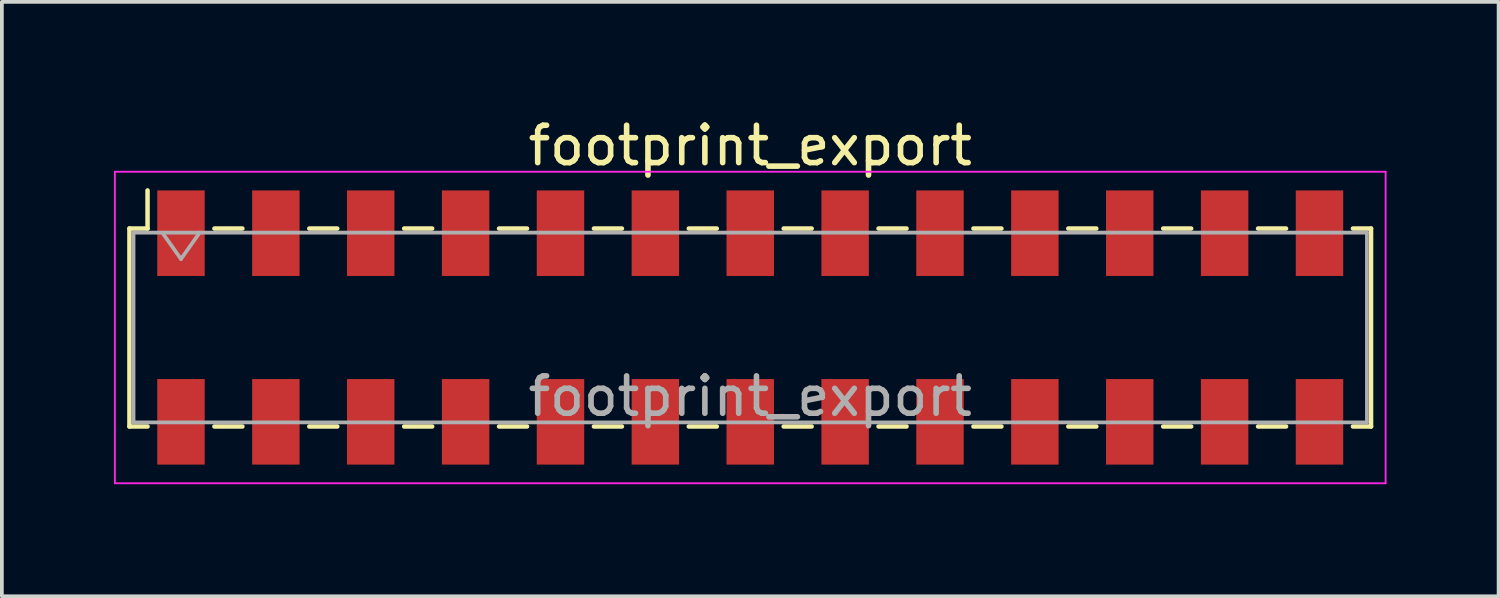
<source format=kicad_pcb>
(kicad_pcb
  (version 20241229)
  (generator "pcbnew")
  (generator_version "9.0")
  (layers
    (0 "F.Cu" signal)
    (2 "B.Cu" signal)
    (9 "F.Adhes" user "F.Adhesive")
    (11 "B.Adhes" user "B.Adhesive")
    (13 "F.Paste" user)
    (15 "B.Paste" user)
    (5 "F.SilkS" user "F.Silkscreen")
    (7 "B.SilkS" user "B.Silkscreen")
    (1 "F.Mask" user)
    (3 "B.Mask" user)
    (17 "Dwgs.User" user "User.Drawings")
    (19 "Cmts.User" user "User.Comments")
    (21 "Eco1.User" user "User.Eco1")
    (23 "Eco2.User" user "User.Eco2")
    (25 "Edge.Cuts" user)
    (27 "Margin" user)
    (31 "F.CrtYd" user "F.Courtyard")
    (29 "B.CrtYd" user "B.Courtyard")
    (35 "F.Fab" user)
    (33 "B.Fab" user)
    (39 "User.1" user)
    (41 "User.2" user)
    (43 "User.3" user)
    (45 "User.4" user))
  (footprint "footprint_export"
    (layer "F.Cu")
    (at 17.035 5.718)
    (property "Reference" "footprint_export" (at 0 -4.87 0) (layer "F.SilkS") (effects (font (size 1 1) (thickness 0.15))))
    (attr smd)
    (fp_line (start -16.62 -2.65) (end -16.62 2.65) (stroke (width 0.12) (type solid)) (layer "F.SilkS"))
    (fp_line (start -16.62 2.65) (end -16.135 2.65) (stroke (width 0.12) (type solid)) (layer "F.SilkS"))
    (fp_line (start -16.135 -3.67) (end -16.135 -2.65) (stroke (width 0.12) (type solid)) (layer "F.SilkS"))
    (fp_line (start -16.135 -2.65) (end -16.62 -2.65) (stroke (width 0.12) (type solid)) (layer "F.SilkS"))
    (fp_line (start -14.345 -2.65) (end -13.595 -2.65) (stroke (width 0.12) (type solid)) (layer "F.SilkS"))
    (fp_line (start -14.345 2.65) (end -13.595 2.65) (stroke (width 0.12) (type solid)) (layer "F.SilkS"))
    (fp_line (start -11.805 -2.65) (end -11.055 -2.65) (stroke (width 0.12) (type solid)) (layer "F.SilkS"))
    (fp_line (start -11.805 2.65) (end -11.055 2.65) (stroke (width 0.12) (type solid)) (layer "F.SilkS"))
    (fp_line (start -9.265 -2.65) (end -8.515 -2.65) (stroke (width 0.12) (type solid)) (layer "F.SilkS"))
    (fp_line (start -9.265 2.65) (end -8.515 2.65) (stroke (width 0.12) (type solid)) (layer "F.SilkS"))
    (fp_line (start -6.725 -2.65) (end -5.975 -2.65) (stroke (width 0.12) (type solid)) (layer "F.SilkS"))
    (fp_line (start -6.725 2.65) (end -5.975 2.65) (stroke (width 0.12) (type solid)) (layer "F.SilkS"))
    (fp_line (start -4.185 -2.65) (end -3.435 -2.65) (stroke (width 0.12) (type solid)) (layer "F.SilkS"))
    (fp_line (start -4.185 2.65) (end -3.435 2.65) (stroke (width 0.12) (type solid)) (layer "F.SilkS"))
    (fp_line (start -1.645 -2.65) (end -0.895 -2.65) (stroke (width 0.12) (type solid)) (layer "F.SilkS"))
    (fp_line (start -1.645 2.65) (end -0.895 2.65) (stroke (width 0.12) (type solid)) (layer "F.SilkS"))
    (fp_line (start 0.895 -2.65) (end 1.645 -2.65) (stroke (width 0.12) (type solid)) (layer "F.SilkS"))
    (fp_line (start 0.895 2.65) (end 1.645 2.65) (stroke (width 0.12) (type solid)) (layer "F.SilkS"))
    (fp_line (start 3.435 -2.65) (end 4.185 -2.65) (stroke (width 0.12) (type solid)) (layer "F.SilkS"))
    (fp_line (start 3.435 2.65) (end 4.185 2.65) (stroke (width 0.12) (type solid)) (layer "F.SilkS"))
    (fp_line (start 5.975 -2.65) (end 6.725 -2.65) (stroke (width 0.12) (type solid)) (layer "F.SilkS"))
    (fp_line (start 5.975 2.65) (end 6.725 2.65) (stroke (width 0.12) (type solid)) (layer "F.SilkS"))
    (fp_line (start 8.515 -2.65) (end 9.265 -2.65) (stroke (width 0.12) (type solid)) (layer "F.SilkS"))
    (fp_line (start 8.515 2.65) (end 9.265 2.65) (stroke (width 0.12) (type solid)) (layer "F.SilkS"))
    (fp_line (start 11.055 -2.65) (end 11.805 -2.65) (stroke (width 0.12) (type solid)) (layer "F.SilkS"))
    (fp_line (start 11.055 2.65) (end 11.805 2.65) (stroke (width 0.12) (type solid)) (layer "F.SilkS"))
    (fp_line (start 13.595 -2.65) (end 14.345 -2.65) (stroke (width 0.12) (type solid)) (layer "F.SilkS"))
    (fp_line (start 13.595 2.65) (end 14.345 2.65) (stroke (width 0.12) (type solid)) (layer "F.SilkS"))
    (fp_line (start 16.135 -2.65) (end 16.62 -2.65) (stroke (width 0.12) (type solid)) (layer "F.SilkS"))
    (fp_line (start 16.62 -2.65) (end 16.62 2.65) (stroke (width 0.12) (type solid)) (layer "F.SilkS"))
    (fp_line (start 16.62 2.65) (end 16.135 2.65) (stroke (width 0.12) (type solid)) (layer "F.SilkS"))
    (fp_line (start -17.01 -4.17) (end 17.01 -4.17) (stroke (width 0.05) (type solid)) (layer "F.CrtYd"))
    (fp_line (start -17.01 4.17) (end -17.01 -4.17) (stroke (width 0.05) (type solid)) (layer "F.CrtYd"))
    (fp_line (start 17.01 -4.17) (end 17.01 4.17) (stroke (width 0.05) (type solid)) (layer "F.CrtYd"))
    (fp_line (start 17.01 4.17) (end -17.01 4.17) (stroke (width 0.05) (type solid)) (layer "F.CrtYd"))
    (fp_line (start -16.51 -2.54) (end 16.51 -2.54) (stroke (width 0.1) (type solid)) (layer "F.Fab"))
    (fp_line (start -16.51 2.54) (end -16.51 -2.54) (stroke (width 0.1) (type solid)) (layer "F.Fab"))
    (fp_line (start -15.74 -2.54) (end -15.24 -1.833) (stroke (width 0.1) (type solid)) (layer "F.Fab"))
    (fp_line (start -15.24 -1.833) (end -14.74 -2.54) (stroke (width 0.1) (type solid)) (layer "F.Fab"))
    (fp_line (start 16.51 -2.54) (end 16.51 2.54) (stroke (width 0.1) (type solid)) (layer "F.Fab"))
    (fp_line (start 16.51 2.54) (end -16.51 2.54) (stroke (width 0.1) (type solid)) (layer "F.Fab"))
    (fp_text user "${REFERENCE}" (at 0 1.84 0) (layer "F.Fab") (effects (font (size 1 1) (thickness 0.15))))
    (pad "1" smd rect (at -15.24 -2.525) (size 1.27 2.29) (layers "F.Cu" "F.Mask" "F.Paste"))
    (pad "2" smd rect (at -15.24 2.525) (size 1.27 2.29) (layers "F.Cu" "F.Mask" "F.Paste"))
    (pad "3" smd rect (at -12.7 -2.525) (size 1.27 2.29) (layers "F.Cu" "F.Mask" "F.Paste"))
    (pad "4" smd rect (at -12.7 2.525) (size 1.27 2.29) (layers "F.Cu" "F.Mask" "F.Paste"))
    (pad "5" smd rect (at -10.16 -2.525) (size 1.27 2.29) (layers "F.Cu" "F.Mask" "F.Paste"))
    (pad "6" smd rect (at -10.16 2.525) (size 1.27 2.29) (layers "F.Cu" "F.Mask" "F.Paste"))
    (pad "7" smd rect (at -7.62 -2.525) (size 1.27 2.29) (layers "F.Cu" "F.Mask" "F.Paste"))
    (pad "8" smd rect (at -7.62 2.525) (size 1.27 2.29) (layers "F.Cu" "F.Mask" "F.Paste"))
    (pad "9" smd rect (at -5.08 -2.525) (size 1.27 2.29) (layers "F.Cu" "F.Mask" "F.Paste"))
    (pad "10" smd rect (at -5.08 2.525) (size 1.27 2.29) (layers "F.Cu" "F.Mask" "F.Paste"))
    (pad "11" smd rect (at -2.54 -2.525) (size 1.27 2.29) (layers "F.Cu" "F.Mask" "F.Paste"))
    (pad "12" smd rect (at -2.54 2.525) (size 1.27 2.29) (layers "F.Cu" "F.Mask" "F.Paste"))
    (pad "13" smd rect (at 0 -2.525) (size 1.27 2.29) (layers "F.Cu" "F.Mask" "F.Paste"))
    (pad "14" smd rect (at 0 2.525) (size 1.27 2.29) (layers "F.Cu" "F.Mask" "F.Paste"))
    (pad "15" smd rect (at 2.54 -2.525) (size 1.27 2.29) (layers "F.Cu" "F.Mask" "F.Paste"))
    (pad "16" smd rect (at 2.54 2.525) (size 1.27 2.29) (layers "F.Cu" "F.Mask" "F.Paste"))
    (pad "17" smd rect (at 5.08 -2.525) (size 1.27 2.29) (layers "F.Cu" "F.Mask" "F.Paste"))
    (pad "18" smd rect (at 5.08 2.525) (size 1.27 2.29) (layers "F.Cu" "F.Mask" "F.Paste"))
    (pad "19" smd rect (at 7.62 -2.525) (size 1.27 2.29) (layers "F.Cu" "F.Mask" "F.Paste"))
    (pad "20" smd rect (at 7.62 2.525) (size 1.27 2.29) (layers "F.Cu" "F.Mask" "F.Paste"))
    (pad "21" smd rect (at 10.16 -2.525) (size 1.27 2.29) (layers "F.Cu" "F.Mask" "F.Paste"))
    (pad "22" smd rect (at 10.16 2.525) (size 1.27 2.29) (layers "F.Cu" "F.Mask" "F.Paste"))
    (pad "23" smd rect (at 12.7 -2.525) (size 1.27 2.29) (layers "F.Cu" "F.Mask" "F.Paste"))
    (pad "24" smd rect (at 12.7 2.525) (size 1.27 2.29) (layers "F.Cu" "F.Mask" "F.Paste"))
    (pad "25" smd rect (at 15.24 -2.525) (size 1.27 2.29) (layers "F.Cu" "F.Mask" "F.Paste"))
    (pad "26" smd rect (at 15.24 2.525) (size 1.27 2.29) (layers "F.Cu" "F.Mask" "F.Paste")))
  (gr_rect
    (start -3 -3)
    (end 37.07 12.913)
    (stroke (width 0.1) (type default))
    (fill no)
    (layer "Edge.Cuts")))
</source>
